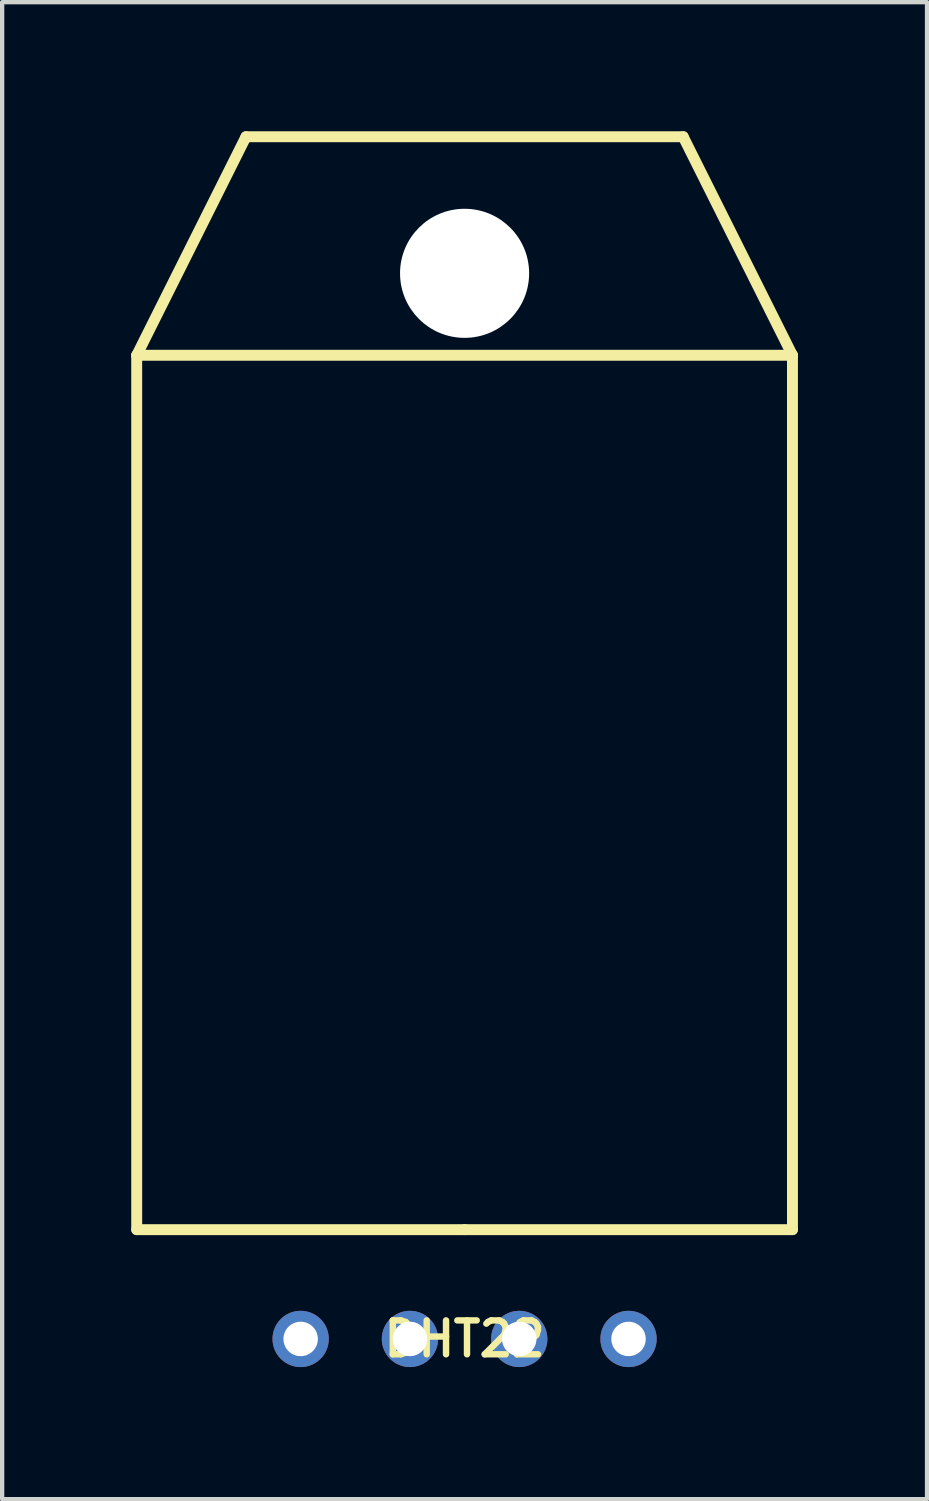
<source format=kicad_pcb>
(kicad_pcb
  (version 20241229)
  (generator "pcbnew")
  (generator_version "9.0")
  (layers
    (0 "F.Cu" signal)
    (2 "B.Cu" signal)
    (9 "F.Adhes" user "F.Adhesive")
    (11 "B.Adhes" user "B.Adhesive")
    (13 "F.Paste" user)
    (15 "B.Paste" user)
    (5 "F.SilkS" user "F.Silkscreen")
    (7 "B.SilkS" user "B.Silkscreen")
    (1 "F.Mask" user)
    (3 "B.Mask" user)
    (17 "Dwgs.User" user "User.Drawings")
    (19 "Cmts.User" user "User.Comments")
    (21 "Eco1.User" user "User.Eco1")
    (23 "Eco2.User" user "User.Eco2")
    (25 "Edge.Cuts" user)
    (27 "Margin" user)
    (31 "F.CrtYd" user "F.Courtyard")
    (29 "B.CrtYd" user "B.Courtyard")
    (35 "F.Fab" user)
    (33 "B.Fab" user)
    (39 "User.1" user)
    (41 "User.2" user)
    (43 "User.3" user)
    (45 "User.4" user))
  (footprint "DHT22"
    (layer "F.Cu")
    (at 7.747 28.067)
    (property "Reference" "DHT22" (at 0 0 0) (layer "F.SilkS") (effects (font (size 0.787 0.787) (thickness 0.15))))
    (attr through_hole)
    (fp_line (start -7.62 -22.86) (end -5.08 -27.94) (stroke (width 0.254) (type solid)) (layer "F.SilkS"))
    (fp_line (start -7.62 -22.86) (end 7.62 -22.86) (stroke (width 0.254) (type solid)) (layer "F.SilkS"))
    (fp_line (start -7.62 -2.54) (end -7.62 -22.86) (stroke (width 0.254) (type solid)) (layer "F.SilkS"))
    (fp_line (start -5.08 -27.94) (end 5.08 -27.94) (stroke (width 0.254) (type solid)) (layer "F.SilkS"))
    (fp_line (start 0 -2.54) (end -7.62 -2.54) (stroke (width 0.254) (type solid)) (layer "F.SilkS"))
    (fp_line (start 5.08 -27.94) (end 7.62 -22.86) (stroke (width 0.254) (type solid)) (layer "F.SilkS"))
    (fp_line (start 7.62 -2.54) (end 0 -2.54) (stroke (width 0.254) (type solid)) (layer "F.SilkS"))
    (fp_line (start 7.62 -2.54) (end 7.62 -22.86) (stroke (width 0.254) (type solid)) (layer "F.SilkS"))
    (pad "" np_thru_hole circle (at 0 -24.765) (size 3 3) (drill 3) (layers "*.Cu" "*.Mask"))
    (pad "DATA" thru_hole circle (at -1.27 0) (size 1.308 1.308) (drill 0.8) (layers "*.Cu" "*.Mask"))
    (pad "GND" thru_hole circle (at 3.81 0) (size 1.308 1.308) (drill 0.8) (layers "*.Cu" "*.Mask"))
    (pad "NC" thru_hole circle (at 1.27 0) (size 1.308 1.308) (drill 0.8) (layers "*.Cu" "*.Mask"))
    (pad "VDD" thru_hole circle (at -3.81 0) (size 1.308 1.308) (drill 0.8) (layers "*.Cu" "*.Mask")))
  (gr_rect
    (start -3 -3)
    (end 18.494 31.791)
    (stroke (width 0.1) (type default))
    (fill no)
    (layer "Edge.Cuts")))
</source>
